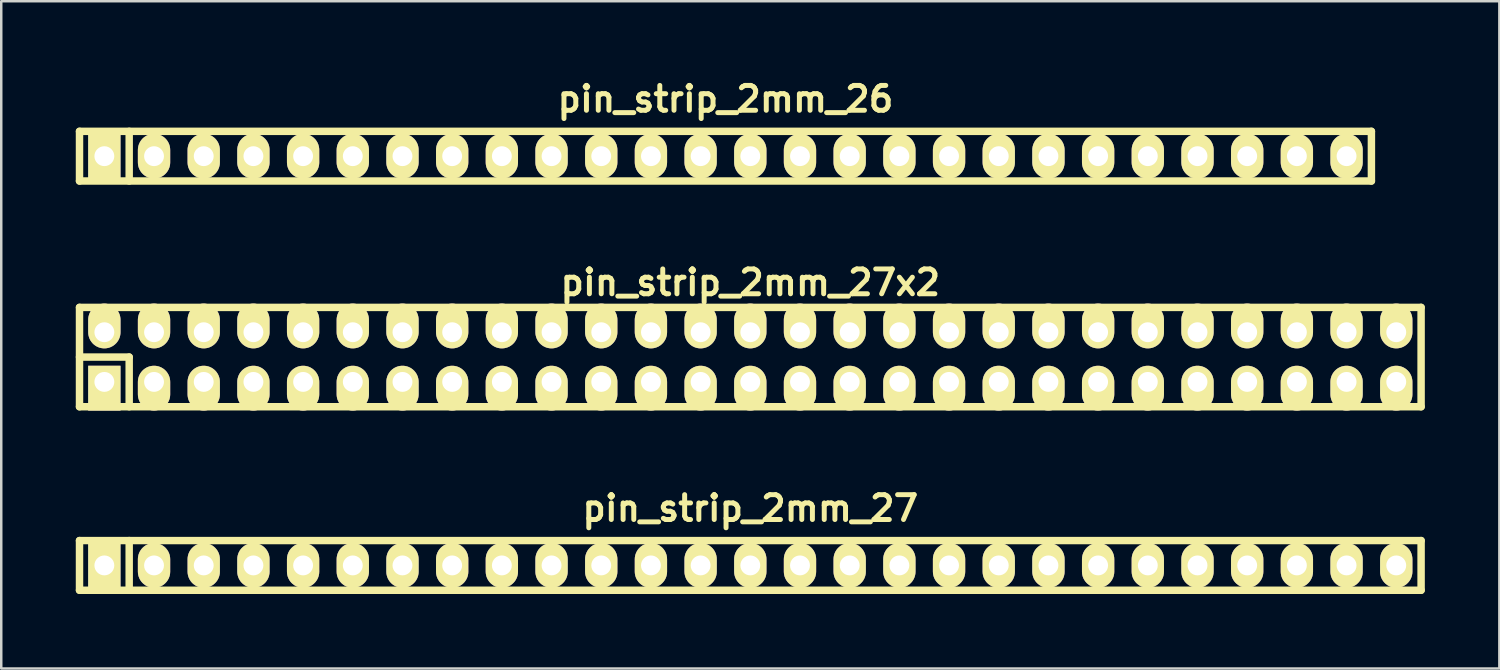
<source format=kicad_pcb>
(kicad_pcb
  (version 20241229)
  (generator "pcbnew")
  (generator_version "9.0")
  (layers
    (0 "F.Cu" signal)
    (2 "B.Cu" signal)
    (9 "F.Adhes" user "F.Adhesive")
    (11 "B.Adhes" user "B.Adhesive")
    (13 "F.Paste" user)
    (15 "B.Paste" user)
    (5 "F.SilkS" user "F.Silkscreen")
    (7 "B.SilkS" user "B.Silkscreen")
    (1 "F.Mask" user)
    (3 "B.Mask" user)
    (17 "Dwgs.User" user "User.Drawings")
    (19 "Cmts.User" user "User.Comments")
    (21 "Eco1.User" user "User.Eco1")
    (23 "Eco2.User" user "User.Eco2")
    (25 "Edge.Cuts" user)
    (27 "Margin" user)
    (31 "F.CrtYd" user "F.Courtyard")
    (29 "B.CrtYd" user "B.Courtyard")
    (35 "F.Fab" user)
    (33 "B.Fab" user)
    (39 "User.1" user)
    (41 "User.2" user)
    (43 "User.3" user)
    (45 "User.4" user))
  (footprint "pin_strip_2mm_27"
    (layer "F.Cu")
    (at 27.15 19.708)
    (property "Reference" "pin_strip_2mm_27" (at 0 -2.3 0) (layer "F.SilkS") (effects (font (size 1 1) (thickness 0.2))))
    (attr through_hole)
    (fp_line (start -27 -1) (end 27 -1) (stroke (width 0.3) (type solid)) (layer "F.SilkS"))
    (fp_line (start -27 1) (end -27 -1) (stroke (width 0.3) (type solid)) (layer "F.SilkS"))
    (fp_line (start -25 -1) (end -25 1) (stroke (width 0.3) (type solid)) (layer "F.SilkS"))
    (fp_line (start 27 -1) (end 27 1) (stroke (width 0.3) (type solid)) (layer "F.SilkS"))
    (fp_line (start 27 1) (end -27 1) (stroke (width 0.3) (type solid)) (layer "F.SilkS"))
    (pad "1" thru_hole rect (at -26 0) (size 1.3 1.8) (drill 0.8) (layers "*.Cu" "*.Mask" "F.SilkS"))
    (pad "2" thru_hole oval (at -24 0) (size 1.3 1.8) (drill 0.8) (layers "*.Cu" "*.Mask" "F.SilkS"))
    (pad "3" thru_hole oval (at -22 0) (size 1.3 1.8) (drill 0.8) (layers "*.Cu" "*.Mask" "F.SilkS"))
    (pad "4" thru_hole oval (at -20 0) (size 1.3 1.8) (drill 0.8) (layers "*.Cu" "*.Mask" "F.SilkS"))
    (pad "5" thru_hole oval (at -18 0) (size 1.3 1.8) (drill 0.8) (layers "*.Cu" "*.Mask" "F.SilkS"))
    (pad "6" thru_hole oval (at -16 0) (size 1.3 1.8) (drill 0.8) (layers "*.Cu" "*.Mask" "F.SilkS"))
    (pad "7" thru_hole oval (at -14 0) (size 1.3 1.8) (drill 0.8) (layers "*.Cu" "*.Mask" "F.SilkS"))
    (pad "8" thru_hole oval (at -12 0) (size 1.3 1.8) (drill 0.8) (layers "*.Cu" "*.Mask" "F.SilkS"))
    (pad "9" thru_hole oval (at -10 0) (size 1.3 1.8) (drill 0.8) (layers "*.Cu" "*.Mask" "F.SilkS"))
    (pad "10" thru_hole oval (at -8 0) (size 1.3 1.8) (drill 0.8) (layers "*.Cu" "*.Mask" "F.SilkS"))
    (pad "11" thru_hole oval (at -6 0) (size 1.3 1.8) (drill 0.8) (layers "*.Cu" "*.Mask" "F.SilkS"))
    (pad "12" thru_hole oval (at -4 0) (size 1.3 1.8) (drill 0.8) (layers "*.Cu" "*.Mask" "F.SilkS"))
    (pad "13" thru_hole oval (at -2 0) (size 1.3 1.8) (drill 0.8) (layers "*.Cu" "*.Mask" "F.SilkS"))
    (pad "14" thru_hole oval (at 0 0) (size 1.3 1.8) (drill 0.8) (layers "*.Cu" "*.Mask" "F.SilkS"))
    (pad "15" thru_hole oval (at 2 0) (size 1.3 1.8) (drill 0.8) (layers "*.Cu" "*.Mask" "F.SilkS"))
    (pad "16" thru_hole oval (at 4 0) (size 1.3 1.8) (drill 0.8) (layers "*.Cu" "*.Mask" "F.SilkS"))
    (pad "17" thru_hole oval (at 6 0) (size 1.3 1.8) (drill 0.8) (layers "*.Cu" "*.Mask" "F.SilkS"))
    (pad "18" thru_hole oval (at 8 0) (size 1.3 1.8) (drill 0.8) (layers "*.Cu" "*.Mask" "F.SilkS"))
    (pad "19" thru_hole oval (at 10 0) (size 1.3 1.8) (drill 0.8) (layers "*.Cu" "*.Mask" "F.SilkS"))
    (pad "20" thru_hole oval (at 12 0) (size 1.3 1.8) (drill 0.8) (layers "*.Cu" "*.Mask" "F.SilkS"))
    (pad "21" thru_hole oval (at 14 0) (size 1.3 1.8) (drill 0.8) (layers "*.Cu" "*.Mask" "F.SilkS"))
    (pad "22" thru_hole oval (at 16 0) (size 1.3 1.8) (drill 0.8) (layers "*.Cu" "*.Mask" "F.SilkS"))
    (pad "23" thru_hole oval (at 18 0) (size 1.3 1.8) (drill 0.8) (layers "*.Cu" "*.Mask" "F.SilkS"))
    (pad "24" thru_hole oval (at 20 0) (size 1.3 1.8) (drill 0.8) (layers "*.Cu" "*.Mask" "F.SilkS"))
    (pad "25" thru_hole oval (at 22 0) (size 1.3 1.8) (drill 0.8) (layers "*.Cu" "*.Mask" "F.SilkS"))
    (pad "26" thru_hole oval (at 24 0) (size 1.3 1.8) (drill 0.8) (layers "*.Cu" "*.Mask" "F.SilkS"))
    (pad "27" thru_hole oval (at 26 0) (size 1.3 1.8) (drill 0.8) (layers "*.Cu" "*.Mask" "F.SilkS")))
  (footprint "pin_strip_2mm_27x2"
    (layer "F.Cu")
    (at 27.15 11.322)
    (property "Reference" "pin_strip_2mm_27x2" (at 0 -3 0) (layer "F.SilkS") (effects (font (size 1 1) (thickness 0.2))))
    (attr through_hole)
    (fp_line (start -27 -2) (end 27 -2) (stroke (width 0.3) (type solid)) (layer "F.SilkS"))
    (fp_line (start -27 0) (end -25 0) (stroke (width 0.3) (type solid)) (layer "F.SilkS"))
    (fp_line (start -27 2) (end -27 -2) (stroke (width 0.3) (type solid)) (layer "F.SilkS"))
    (fp_line (start -25 0) (end -25 2) (stroke (width 0.3) (type solid)) (layer "F.SilkS"))
    (fp_line (start 27 -2) (end 27 2) (stroke (width 0.3) (type solid)) (layer "F.SilkS"))
    (fp_line (start 27 2) (end -27 2) (stroke (width 0.3) (type solid)) (layer "F.SilkS"))
    (pad "1" thru_hole rect (at -26 1) (size 1.3 1.8) (drill 0.8 (offset 0 0.25)) (layers "*.Cu" "*.Mask" "F.SilkS"))
    (pad "2" thru_hole oval (at -26 -1) (size 1.3 1.8) (drill 0.8 (offset 0 -0.25)) (layers "*.Cu" "*.Mask" "F.SilkS"))
    (pad "3" thru_hole oval (at -24 1) (size 1.3 1.8) (drill 0.8 (offset 0 0.25)) (layers "*.Cu" "*.Mask" "F.SilkS"))
    (pad "4" thru_hole oval (at -24 -1) (size 1.3 1.8) (drill 0.8 (offset 0 -0.25)) (layers "*.Cu" "*.Mask" "F.SilkS"))
    (pad "5" thru_hole oval (at -22 1) (size 1.3 1.8) (drill 0.8 (offset 0 0.25)) (layers "*.Cu" "*.Mask" "F.SilkS"))
    (pad "6" thru_hole oval (at -22 -1) (size 1.3 1.8) (drill 0.8 (offset 0 -0.25)) (layers "*.Cu" "*.Mask" "F.SilkS"))
    (pad "7" thru_hole oval (at -20 1) (size 1.3 1.8) (drill 0.8 (offset 0 0.25)) (layers "*.Cu" "*.Mask" "F.SilkS"))
    (pad "8" thru_hole oval (at -20 -1) (size 1.3 1.8) (drill 0.8 (offset 0 -0.25)) (layers "*.Cu" "*.Mask" "F.SilkS"))
    (pad "9" thru_hole oval (at -18 1) (size 1.3 1.8) (drill 0.8 (offset 0 0.25)) (layers "*.Cu" "*.Mask" "F.SilkS"))
    (pad "10" thru_hole oval (at -18 -1) (size 1.3 1.8) (drill 0.8 (offset 0 -0.25)) (layers "*.Cu" "*.Mask" "F.SilkS"))
    (pad "11" thru_hole oval (at -16 1) (size 1.3 1.8) (drill 0.8 (offset 0 0.25)) (layers "*.Cu" "*.Mask" "F.SilkS"))
    (pad "12" thru_hole oval (at -16 -1) (size 1.3 1.8) (drill 0.8 (offset 0 -0.25)) (layers "*.Cu" "*.Mask" "F.SilkS"))
    (pad "13" thru_hole oval (at -14 1) (size 1.3 1.8) (drill 0.8 (offset 0 0.25)) (layers "*.Cu" "*.Mask" "F.SilkS"))
    (pad "14" thru_hole oval (at -14 -1) (size 1.3 1.8) (drill 0.8 (offset 0 -0.25)) (layers "*.Cu" "*.Mask" "F.SilkS"))
    (pad "15" thru_hole oval (at -12 1) (size 1.3 1.8) (drill 0.8 (offset 0 0.25)) (layers "*.Cu" "*.Mask" "F.SilkS"))
    (pad "16" thru_hole oval (at -12 -1) (size 1.3 1.8) (drill 0.8 (offset 0 -0.25)) (layers "*.Cu" "*.Mask" "F.SilkS"))
    (pad "17" thru_hole oval (at -10 1) (size 1.3 1.8) (drill 0.8 (offset 0 0.25)) (layers "*.Cu" "*.Mask" "F.SilkS"))
    (pad "18" thru_hole oval (at -10 -1) (size 1.3 1.8) (drill 0.8 (offset 0 -0.25)) (layers "*.Cu" "*.Mask" "F.SilkS"))
    (pad "19" thru_hole oval (at -8 1) (size 1.3 1.8) (drill 0.8 (offset 0 0.25)) (layers "*.Cu" "*.Mask" "F.SilkS"))
    (pad "20" thru_hole oval (at -8 -1) (size 1.3 1.8) (drill 0.8 (offset 0 -0.25)) (layers "*.Cu" "*.Mask" "F.SilkS"))
    (pad "21" thru_hole oval (at -6 1) (size 1.3 1.8) (drill 0.8 (offset 0 0.25)) (layers "*.Cu" "*.Mask" "F.SilkS"))
    (pad "22" thru_hole oval (at -6 -1) (size 1.3 1.8) (drill 0.8 (offset 0 -0.25)) (layers "*.Cu" "*.Mask" "F.SilkS"))
    (pad "23" thru_hole oval (at -4 1) (size 1.3 1.8) (drill 0.8 (offset 0 0.25)) (layers "*.Cu" "*.Mask" "F.SilkS"))
    (pad "24" thru_hole oval (at -4 -1) (size 1.3 1.8) (drill 0.8 (offset 0 -0.25)) (layers "*.Cu" "*.Mask" "F.SilkS"))
    (pad "25" thru_hole oval (at -2 1) (size 1.3 1.8) (drill 0.8 (offset 0 0.25)) (layers "*.Cu" "*.Mask" "F.SilkS"))
    (pad "26" thru_hole oval (at -2 -1) (size 1.3 1.8) (drill 0.8 (offset 0 -0.25)) (layers "*.Cu" "*.Mask" "F.SilkS"))
    (pad "27" thru_hole oval (at 0 1) (size 1.3 1.8) (drill 0.8 (offset 0 0.25)) (layers "*.Cu" "*.Mask" "F.SilkS"))
    (pad "28" thru_hole oval (at 0 -1) (size 1.3 1.8) (drill 0.8 (offset 0 -0.25)) (layers "*.Cu" "*.Mask" "F.SilkS"))
    (pad "29" thru_hole oval (at 2 1) (size 1.3 1.8) (drill 0.8 (offset 0 0.25)) (layers "*.Cu" "*.Mask" "F.SilkS"))
    (pad "30" thru_hole oval (at 2 -1) (size 1.3 1.8) (drill 0.8 (offset 0 -0.25)) (layers "*.Cu" "*.Mask" "F.SilkS"))
    (pad "31" thru_hole oval (at 4 1) (size 1.3 1.8) (drill 0.8 (offset 0 0.25)) (layers "*.Cu" "*.Mask" "F.SilkS"))
    (pad "32" thru_hole oval (at 4 -1) (size 1.3 1.8) (drill 0.8 (offset 0 -0.25)) (layers "*.Cu" "*.Mask" "F.SilkS"))
    (pad "33" thru_hole oval (at 6 1) (size 1.3 1.8) (drill 0.8 (offset 0 0.25)) (layers "*.Cu" "*.Mask" "F.SilkS"))
    (pad "34" thru_hole oval (at 6 -1) (size 1.3 1.8) (drill 0.8 (offset 0 -0.25)) (layers "*.Cu" "*.Mask" "F.SilkS"))
    (pad "35" thru_hole oval (at 8 1) (size 1.3 1.8) (drill 0.8 (offset 0 0.25)) (layers "*.Cu" "*.Mask" "F.SilkS"))
    (pad "36" thru_hole oval (at 8 -1) (size 1.3 1.8) (drill 0.8 (offset 0 -0.25)) (layers "*.Cu" "*.Mask" "F.SilkS"))
    (pad "37" thru_hole oval (at 10 1) (size 1.3 1.8) (drill 0.8 (offset 0 0.25)) (layers "*.Cu" "*.Mask" "F.SilkS"))
    (pad "38" thru_hole oval (at 10 -1) (size 1.3 1.8) (drill 0.8 (offset 0 -0.25)) (layers "*.Cu" "*.Mask" "F.SilkS"))
    (pad "39" thru_hole oval (at 12 1) (size 1.3 1.8) (drill 0.8 (offset 0 0.25)) (layers "*.Cu" "*.Mask" "F.SilkS"))
    (pad "40" thru_hole oval (at 12 -1) (size 1.3 1.8) (drill 0.8 (offset 0 -0.25)) (layers "*.Cu" "*.Mask" "F.SilkS"))
    (pad "41" thru_hole oval (at 14 1) (size 1.3 1.8) (drill 0.8 (offset 0 0.25)) (layers "*.Cu" "*.Mask" "F.SilkS"))
    (pad "42" thru_hole oval (at 14 -1) (size 1.3 1.8) (drill 0.8 (offset 0 -0.25)) (layers "*.Cu" "*.Mask" "F.SilkS"))
    (pad "43" thru_hole oval (at 16 1) (size 1.3 1.8) (drill 0.8 (offset 0 0.25)) (layers "*.Cu" "*.Mask" "F.SilkS"))
    (pad "44" thru_hole oval (at 16 -1) (size 1.3 1.8) (drill 0.8 (offset 0 -0.25)) (layers "*.Cu" "*.Mask" "F.SilkS"))
    (pad "45" thru_hole oval (at 18 1) (size 1.3 1.8) (drill 0.8 (offset 0 0.25)) (layers "*.Cu" "*.Mask" "F.SilkS"))
    (pad "46" thru_hole oval (at 18 -1) (size 1.3 1.8) (drill 0.8 (offset 0 -0.25)) (layers "*.Cu" "*.Mask" "F.SilkS"))
    (pad "47" thru_hole oval (at 20 1) (size 1.3 1.8) (drill 0.8 (offset 0 0.25)) (layers "*.Cu" "*.Mask" "F.SilkS"))
    (pad "48" thru_hole oval (at 20 -1) (size 1.3 1.8) (drill 0.8 (offset 0 -0.25)) (layers "*.Cu" "*.Mask" "F.SilkS"))
    (pad "49" thru_hole oval (at 22 1) (size 1.3 1.8) (drill 0.8 (offset 0 0.25)) (layers "*.Cu" "*.Mask" "F.SilkS"))
    (pad "50" thru_hole oval (at 22 -1) (size 1.3 1.8) (drill 0.8 (offset 0 -0.25)) (layers "*.Cu" "*.Mask" "F.SilkS"))
    (pad "51" thru_hole oval (at 24 1) (size 1.3 1.8) (drill 0.8 (offset 0 0.25)) (layers "*.Cu" "*.Mask" "F.SilkS"))
    (pad "52" thru_hole oval (at 24 -1) (size 1.3 1.8) (drill 0.8 (offset 0 -0.25)) (layers "*.Cu" "*.Mask" "F.SilkS"))
    (pad "53" thru_hole oval (at 26 1) (size 1.3 1.8) (drill 0.8 (offset 0 0.25)) (layers "*.Cu" "*.Mask" "F.SilkS"))
    (pad "54" thru_hole oval (at 26 -1) (size 1.3 1.8) (drill 0.8 (offset 0 -0.25)) (layers "*.Cu" "*.Mask" "F.SilkS")))
  (footprint "pin_strip_2mm_26"
    (layer "F.Cu")
    (at 26.15 3.236)
    (property "Reference" "pin_strip_2mm_26" (at 0 -2.3 0) (layer "F.SilkS") (effects (font (size 1 1) (thickness 0.2))))
    (attr through_hole)
    (fp_line (start -26 -1) (end 26 -1) (stroke (width 0.3) (type solid)) (layer "F.SilkS"))
    (fp_line (start -26 1) (end -26 -1) (stroke (width 0.3) (type solid)) (layer "F.SilkS"))
    (fp_line (start -24 -1) (end -24 1) (stroke (width 0.3) (type solid)) (layer "F.SilkS"))
    (fp_line (start 26 -1) (end 26 1) (stroke (width 0.3) (type solid)) (layer "F.SilkS"))
    (fp_line (start 26 1) (end -26 1) (stroke (width 0.3) (type solid)) (layer "F.SilkS"))
    (pad "1" thru_hole rect (at -25 0) (size 1.3 1.8) (drill 0.8) (layers "*.Cu" "*.Mask" "F.SilkS"))
    (pad "2" thru_hole oval (at -23 0) (size 1.3 1.8) (drill 0.8) (layers "*.Cu" "*.Mask" "F.SilkS"))
    (pad "3" thru_hole oval (at -21 0) (size 1.3 1.8) (drill 0.8) (layers "*.Cu" "*.Mask" "F.SilkS"))
    (pad "4" thru_hole oval (at -19 0) (size 1.3 1.8) (drill 0.8) (layers "*.Cu" "*.Mask" "F.SilkS"))
    (pad "5" thru_hole oval (at -17 0) (size 1.3 1.8) (drill 0.8) (layers "*.Cu" "*.Mask" "F.SilkS"))
    (pad "6" thru_hole oval (at -15 0) (size 1.3 1.8) (drill 0.8) (layers "*.Cu" "*.Mask" "F.SilkS"))
    (pad "7" thru_hole oval (at -13 0) (size 1.3 1.8) (drill 0.8) (layers "*.Cu" "*.Mask" "F.SilkS"))
    (pad "8" thru_hole oval (at -11 0) (size 1.3 1.8) (drill 0.8) (layers "*.Cu" "*.Mask" "F.SilkS"))
    (pad "9" thru_hole oval (at -9 0) (size 1.3 1.8) (drill 0.8) (layers "*.Cu" "*.Mask" "F.SilkS"))
    (pad "10" thru_hole oval (at -7 0) (size 1.3 1.8) (drill 0.8) (layers "*.Cu" "*.Mask" "F.SilkS"))
    (pad "11" thru_hole oval (at -5 0) (size 1.3 1.8) (drill 0.8) (layers "*.Cu" "*.Mask" "F.SilkS"))
    (pad "12" thru_hole oval (at -3 0) (size 1.3 1.8) (drill 0.8) (layers "*.Cu" "*.Mask" "F.SilkS"))
    (pad "13" thru_hole oval (at -1 0) (size 1.3 1.8) (drill 0.8) (layers "*.Cu" "*.Mask" "F.SilkS"))
    (pad "14" thru_hole oval (at 1 0) (size 1.3 1.8) (drill 0.8) (layers "*.Cu" "*.Mask" "F.SilkS"))
    (pad "15" thru_hole oval (at 3 0) (size 1.3 1.8) (drill 0.8) (layers "*.Cu" "*.Mask" "F.SilkS"))
    (pad "16" thru_hole oval (at 5 0) (size 1.3 1.8) (drill 0.8) (layers "*.Cu" "*.Mask" "F.SilkS"))
    (pad "17" thru_hole oval (at 7 0) (size 1.3 1.8) (drill 0.8) (layers "*.Cu" "*.Mask" "F.SilkS"))
    (pad "18" thru_hole oval (at 9 0) (size 1.3 1.8) (drill 0.8) (layers "*.Cu" "*.Mask" "F.SilkS"))
    (pad "19" thru_hole oval (at 11 0) (size 1.3 1.8) (drill 0.8) (layers "*.Cu" "*.Mask" "F.SilkS"))
    (pad "20" thru_hole oval (at 13 0) (size 1.3 1.8) (drill 0.8) (layers "*.Cu" "*.Mask" "F.SilkS"))
    (pad "21" thru_hole oval (at 15 0) (size 1.3 1.8) (drill 0.8) (layers "*.Cu" "*.Mask" "F.SilkS"))
    (pad "22" thru_hole oval (at 17 0) (size 1.3 1.8) (drill 0.8) (layers "*.Cu" "*.Mask" "F.SilkS"))
    (pad "23" thru_hole oval (at 19 0) (size 1.3 1.8) (drill 0.8) (layers "*.Cu" "*.Mask" "F.SilkS"))
    (pad "24" thru_hole oval (at 21 0) (size 1.3 1.8) (drill 0.8) (layers "*.Cu" "*.Mask" "F.SilkS"))
    (pad "25" thru_hole oval (at 23 0) (size 1.3 1.8) (drill 0.8) (layers "*.Cu" "*.Mask" "F.SilkS"))
    (pad "26" thru_hole oval (at 25 0) (size 1.3 1.8) (drill 0.8) (layers "*.Cu" "*.Mask" "F.SilkS")))
  (gr_rect
    (start -3 -3)
    (end 57.3 23.858)
    (stroke (width 0.1) (type default))
    (fill no)
    (layer "Edge.Cuts")))
</source>
